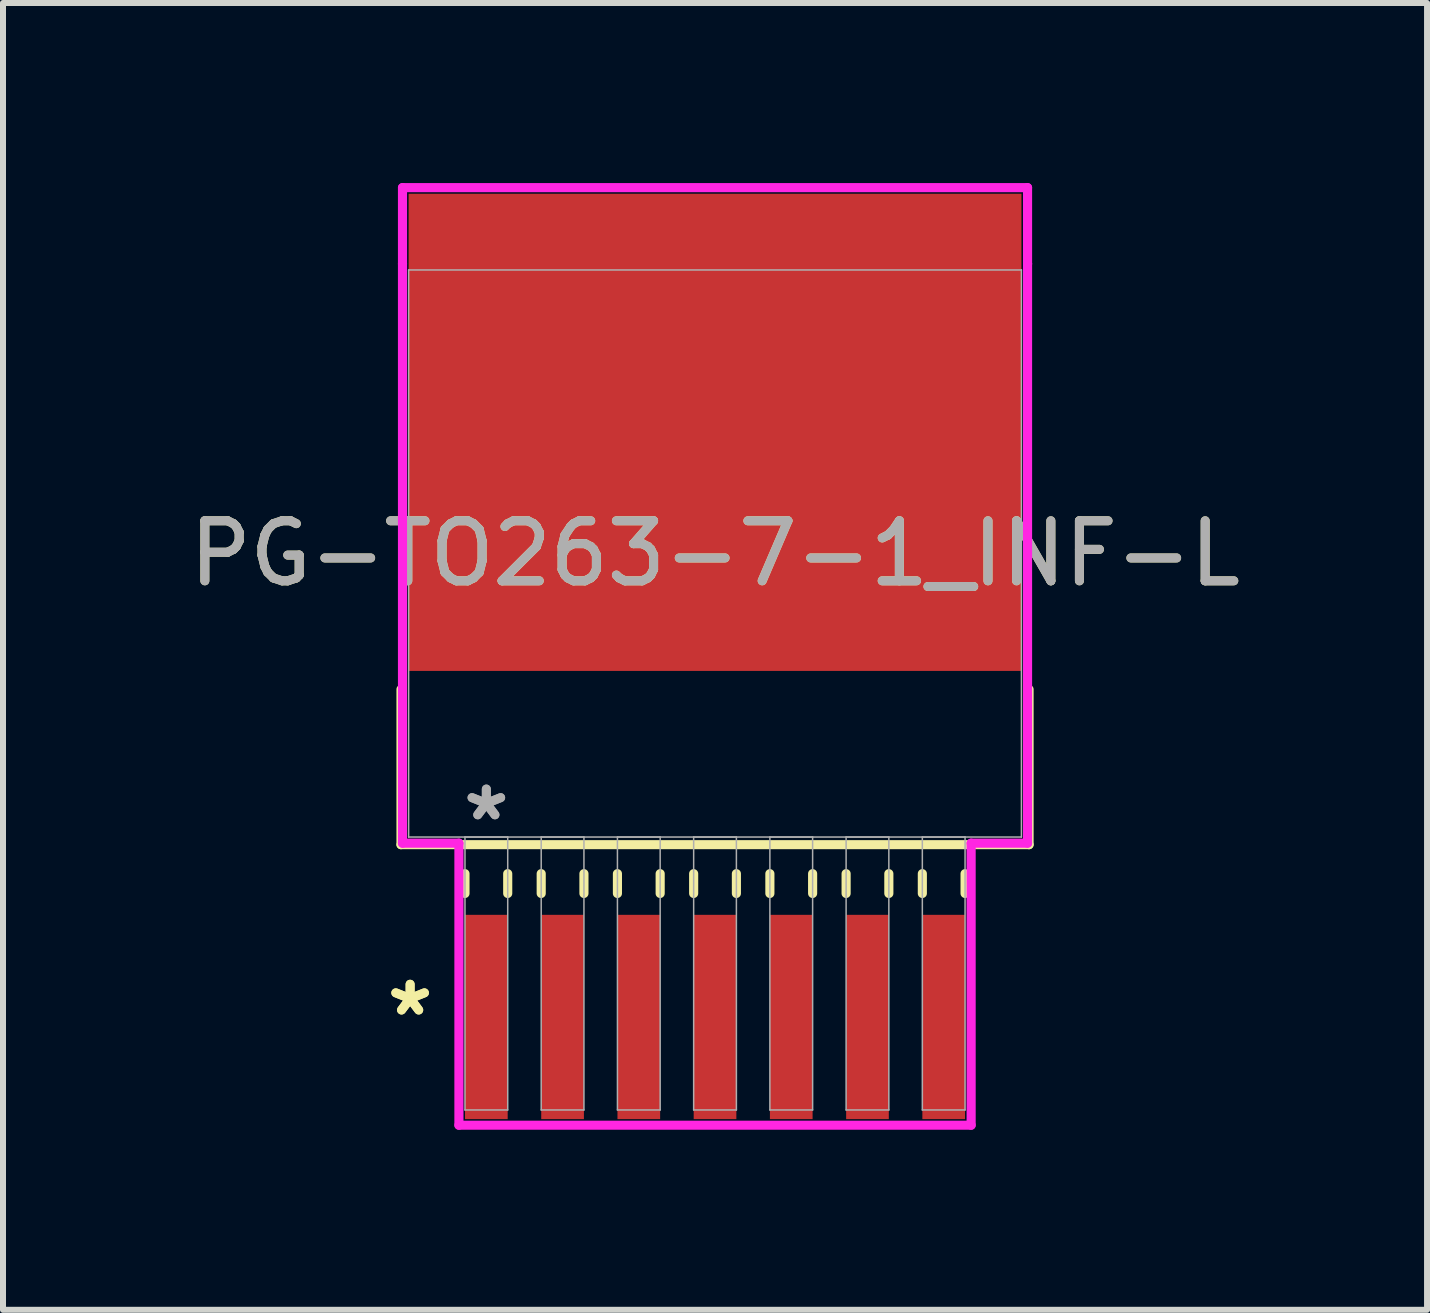
<source format=kicad_pcb>
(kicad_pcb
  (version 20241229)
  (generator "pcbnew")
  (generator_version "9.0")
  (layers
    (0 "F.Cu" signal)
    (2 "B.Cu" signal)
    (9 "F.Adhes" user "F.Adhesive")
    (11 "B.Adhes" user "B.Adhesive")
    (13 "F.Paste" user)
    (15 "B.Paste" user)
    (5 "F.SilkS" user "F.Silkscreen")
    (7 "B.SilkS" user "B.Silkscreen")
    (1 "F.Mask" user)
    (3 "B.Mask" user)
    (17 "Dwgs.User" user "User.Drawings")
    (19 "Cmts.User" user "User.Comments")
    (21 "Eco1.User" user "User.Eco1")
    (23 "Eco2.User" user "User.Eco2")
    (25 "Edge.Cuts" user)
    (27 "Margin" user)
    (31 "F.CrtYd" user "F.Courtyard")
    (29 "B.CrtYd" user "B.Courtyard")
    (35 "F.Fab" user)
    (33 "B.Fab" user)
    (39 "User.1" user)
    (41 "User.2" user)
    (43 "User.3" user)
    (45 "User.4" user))
  (footprint "PG-TO263-7-1_INF-L"
    (layer "F.Cu")
    (at 8.863 6.172)
    (property "Reference" "PG-TO263-7-1_INF-L" (at 0 0 0) (unlocked yes) (layer "F.SilkS") (effects (font (size 1 1) (thickness 0.15))))
    (attr smd)
    (fp_line (start -5.232 2.263) (end -5.232 4.851) (stroke (width 0.152) (type solid)) (layer "F.SilkS"))
    (fp_line (start -5.232 4.851) (end 5.232 4.851) (stroke (width 0.152) (type solid)) (layer "F.SilkS"))
    (fp_line (start -4.166 5.334) (end -4.166 5.664) (stroke (width 0.152) (type solid)) (layer "F.SilkS"))
    (fp_line (start -3.454 5.334) (end -3.454 5.664) (stroke (width 0.152) (type solid)) (layer "F.SilkS"))
    (fp_line (start -2.896 5.334) (end -2.896 5.664) (stroke (width 0.152) (type solid)) (layer "F.SilkS"))
    (fp_line (start -2.184 5.334) (end -2.184 5.664) (stroke (width 0.152) (type solid)) (layer "F.SilkS"))
    (fp_line (start -1.626 5.334) (end -1.626 5.664) (stroke (width 0.152) (type solid)) (layer "F.SilkS"))
    (fp_line (start -0.914 5.334) (end -0.914 5.664) (stroke (width 0.152) (type solid)) (layer "F.SilkS"))
    (fp_line (start -0.356 5.334) (end -0.356 5.664) (stroke (width 0.152) (type solid)) (layer "F.SilkS"))
    (fp_line (start 0.356 5.334) (end 0.356 5.664) (stroke (width 0.152) (type solid)) (layer "F.SilkS"))
    (fp_line (start 0.914 5.334) (end 0.914 5.664) (stroke (width 0.152) (type solid)) (layer "F.SilkS"))
    (fp_line (start 1.626 5.334) (end 1.626 5.664) (stroke (width 0.152) (type solid)) (layer "F.SilkS"))
    (fp_line (start 2.184 5.334) (end 2.184 5.664) (stroke (width 0.152) (type solid)) (layer "F.SilkS"))
    (fp_line (start 2.896 5.334) (end 2.896 5.664) (stroke (width 0.152) (type solid)) (layer "F.SilkS"))
    (fp_line (start 3.454 5.334) (end 3.454 5.664) (stroke (width 0.152) (type solid)) (layer "F.SilkS"))
    (fp_line (start 4.166 5.334) (end 4.166 5.664) (stroke (width 0.152) (type solid)) (layer "F.SilkS"))
    (fp_line (start 5.232 4.851) (end 5.232 2.263) (stroke (width 0.152) (type solid)) (layer "F.SilkS"))
    (fp_line (start -5.207 -6.096) (end 5.207 -6.096) (stroke (width 0.152) (type solid)) (layer "F.CrtYd"))
    (fp_line (start -5.207 -4.826) (end -5.207 -6.096) (stroke (width 0.152) (type solid)) (layer "F.CrtYd"))
    (fp_line (start -5.207 -4.826) (end -5.207 -4.826) (stroke (width 0.152) (type solid)) (layer "F.CrtYd"))
    (fp_line (start -5.207 4.826) (end -5.207 -4.826) (stroke (width 0.152) (type solid)) (layer "F.CrtYd"))
    (fp_line (start -4.267 4.826) (end -5.207 4.826) (stroke (width 0.152) (type solid)) (layer "F.CrtYd"))
    (fp_line (start -4.267 9.525) (end -4.267 4.826) (stroke (width 0.152) (type solid)) (layer "F.CrtYd"))
    (fp_line (start 4.267 4.826) (end 4.267 9.525) (stroke (width 0.152) (type solid)) (layer "F.CrtYd"))
    (fp_line (start 4.267 9.525) (end -4.267 9.525) (stroke (width 0.152) (type solid)) (layer "F.CrtYd"))
    (fp_line (start 5.207 -6.096) (end 5.207 -4.826) (stroke (width 0.152) (type solid)) (layer "F.CrtYd"))
    (fp_line (start 5.207 -4.826) (end 5.207 -4.826) (stroke (width 0.152) (type solid)) (layer "F.CrtYd"))
    (fp_line (start 5.207 -4.826) (end 5.207 4.826) (stroke (width 0.152) (type solid)) (layer "F.CrtYd"))
    (fp_line (start 5.207 4.826) (end 4.267 4.826) (stroke (width 0.152) (type solid)) (layer "F.CrtYd"))
    (fp_line (start -5.105 -4.724) (end -5.105 4.724) (stroke (width 0.025) (type solid)) (layer "F.Fab"))
    (fp_line (start -5.105 4.724) (end 5.105 4.724) (stroke (width 0.025) (type solid)) (layer "F.Fab"))
    (fp_line (start -4.166 4.724) (end -4.166 9.271) (stroke (width 0.025) (type solid)) (layer "F.Fab"))
    (fp_line (start -4.166 9.271) (end -3.454 9.271) (stroke (width 0.025) (type solid)) (layer "F.Fab"))
    (fp_line (start -3.454 4.724) (end -4.166 4.724) (stroke (width 0.025) (type solid)) (layer "F.Fab"))
    (fp_line (start -3.454 9.271) (end -3.454 4.724) (stroke (width 0.025) (type solid)) (layer "F.Fab"))
    (fp_line (start -2.896 4.724) (end -2.896 9.271) (stroke (width 0.025) (type solid)) (layer "F.Fab"))
    (fp_line (start -2.896 9.271) (end -2.184 9.271) (stroke (width 0.025) (type solid)) (layer "F.Fab"))
    (fp_line (start -2.184 4.724) (end -2.896 4.724) (stroke (width 0.025) (type solid)) (layer "F.Fab"))
    (fp_line (start -2.184 9.271) (end -2.184 4.724) (stroke (width 0.025) (type solid)) (layer "F.Fab"))
    (fp_line (start -1.626 4.724) (end -1.626 9.271) (stroke (width 0.025) (type solid)) (layer "F.Fab"))
    (fp_line (start -1.626 9.271) (end -0.914 9.271) (stroke (width 0.025) (type solid)) (layer "F.Fab"))
    (fp_line (start -0.914 4.724) (end -1.626 4.724) (stroke (width 0.025) (type solid)) (layer "F.Fab"))
    (fp_line (start -0.914 9.271) (end -0.914 4.724) (stroke (width 0.025) (type solid)) (layer "F.Fab"))
    (fp_line (start -0.356 4.724) (end -0.356 9.271) (stroke (width 0.025) (type solid)) (layer "F.Fab"))
    (fp_line (start -0.356 9.271) (end 0.356 9.271) (stroke (width 0.025) (type solid)) (layer "F.Fab"))
    (fp_line (start 0.356 4.724) (end -0.356 4.724) (stroke (width 0.025) (type solid)) (layer "F.Fab"))
    (fp_line (start 0.356 9.271) (end 0.356 4.724) (stroke (width 0.025) (type solid)) (layer "F.Fab"))
    (fp_line (start 0.914 4.724) (end 0.914 9.271) (stroke (width 0.025) (type solid)) (layer "F.Fab"))
    (fp_line (start 0.914 9.271) (end 1.626 9.271) (stroke (width 0.025) (type solid)) (layer "F.Fab"))
    (fp_line (start 1.626 4.724) (end 0.914 4.724) (stroke (width 0.025) (type solid)) (layer "F.Fab"))
    (fp_line (start 1.626 9.271) (end 1.626 4.724) (stroke (width 0.025) (type solid)) (layer "F.Fab"))
    (fp_line (start 2.184 4.724) (end 2.184 9.271) (stroke (width 0.025) (type solid)) (layer "F.Fab"))
    (fp_line (start 2.184 9.271) (end 2.896 9.271) (stroke (width 0.025) (type solid)) (layer "F.Fab"))
    (fp_line (start 2.896 4.724) (end 2.184 4.724) (stroke (width 0.025) (type solid)) (layer "F.Fab"))
    (fp_line (start 2.896 9.271) (end 2.896 4.724) (stroke (width 0.025) (type solid)) (layer "F.Fab"))
    (fp_line (start 3.454 4.724) (end 3.454 9.271) (stroke (width 0.025) (type solid)) (layer "F.Fab"))
    (fp_line (start 3.454 9.271) (end 4.166 9.271) (stroke (width 0.025) (type solid)) (layer "F.Fab"))
    (fp_line (start 4.166 4.724) (end 3.454 4.724) (stroke (width 0.025) (type solid)) (layer "F.Fab"))
    (fp_line (start 4.166 9.271) (end 4.166 4.724) (stroke (width 0.025) (type solid)) (layer "F.Fab"))
    (fp_line (start 5.105 -4.724) (end -5.105 -4.724) (stroke (width 0.025) (type solid)) (layer "F.Fab"))
    (fp_line (start 5.105 4.724) (end 5.105 -4.724) (stroke (width 0.025) (type solid)) (layer "F.Fab"))
    (fp_text user "*" (at -5.08 7.722 0) (layer "F.SilkS") (effects (font (size 1 1) (thickness 0.15))))
    (fp_text user "*" (at -5.08 7.722 0) (unlocked yes) (layer "F.SilkS") (effects (font (size 1 1) (thickness 0.15))))
    (fp_text user "*" (at -3.81 4.47 0) (layer "F.Fab") (effects (font (size 1 1) (thickness 0.15))))
    (fp_text user "*" (at -3.81 4.47 0) (unlocked yes) (layer "F.Fab") (effects (font (size 1 1) (thickness 0.15))))
    (fp_text user "${REFERENCE}" (at 0 0 0) (unlocked yes) (layer "F.Fab") (effects (font (size 1 1) (thickness 0.15))))
    (pad "1" smd rect (at -3.81 7.722) (size 0.711 3.404) (layers "F.Cu" "F.Mask" "F.Paste"))
    (pad "2" smd rect (at -2.54 7.722) (size 0.711 3.404) (layers "F.Cu" "F.Mask" "F.Paste"))
    (pad "3" smd rect (at -1.27 7.722) (size 0.711 3.404) (layers "F.Cu" "F.Mask" "F.Paste"))
    (pad "4" smd rect (at 0 7.722) (size 0.711 3.404) (layers "F.Cu" "F.Mask" "F.Paste"))
    (pad "5" smd rect (at 1.27 7.722) (size 0.711 3.404) (layers "F.Cu" "F.Mask" "F.Paste"))
    (pad "6" smd rect (at 2.54 7.722) (size 0.711 3.404) (layers "F.Cu" "F.Mask" "F.Paste"))
    (pad "7" smd rect (at 3.81 7.722) (size 0.711 3.404) (layers "F.Cu" "F.Mask" "F.Paste"))
    (pad "8" smd rect (at 0 -2.019) (size 10.211 7.95) (layers "F.Cu" "F.Mask" "F.Paste")))
  (gr_rect
    (start -3 -3)
    (end 20.726 18.773)
    (stroke (width 0.1) (type default))
    (fill no)
    (layer "Edge.Cuts")))
</source>
